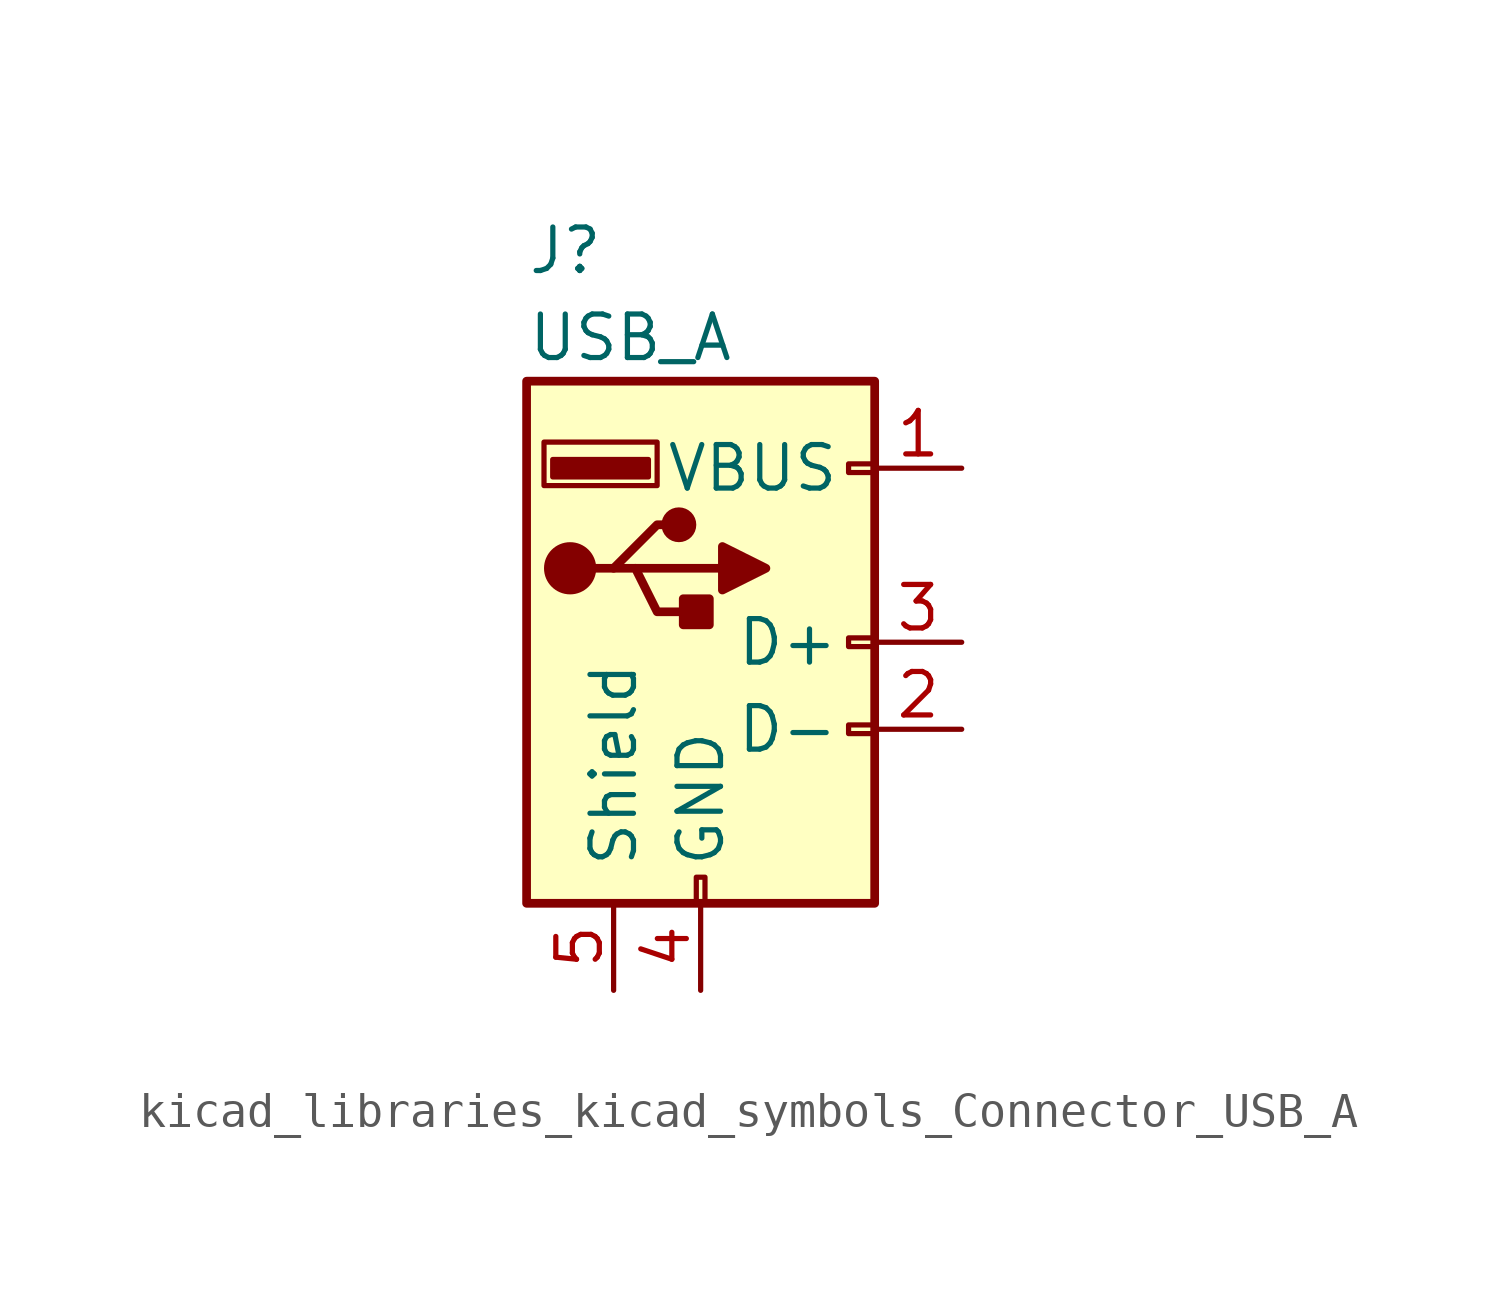
<source format=kicad_sym>
(kicad_symbol_lib
  (version 20220914)
  (generator kicad_symbol_editor)
  (symbol "kicad_libraries_kicad_symbols_Connector_USB_A"
    (pin_names
      (offset 1.016))
    (property "Reference" "J"
      (at -5.08 11.43 0)
      (effects (font (size 1.27 1.27)) (justify left)))
    (property "Value" "USB_A"
      (at -5.08 8.89 0)
      (effects (font (size 1.27 1.27)) (justify left)))
    (symbol "kicad_libraries_kicad_symbols_Connector_USB_A_0_1"
      (rectangle (start -5.08 -7.62) (end 5.08 7.62) (stroke (width 0.254) (type default)) (fill (type background)))
      (circle (center -3.81 2.159) (radius 0.635) (stroke (width 0.254) (type default)) (fill (type outline)))
      (rectangle (start -1.524 4.826) (end -4.318 5.334) (stroke (width 0) (type default)) (fill (type outline)))
      (rectangle (start -1.27 4.572) (end -4.572 5.842) (stroke (width 0) (type default)) (fill (type none)))
      (circle (center -0.635 3.429) (radius 0.381) (stroke (width 0.254) (type default)) (fill (type outline)))
      (rectangle (start -0.127 -7.62) (end 0.127 -6.858) (stroke (width 0) (type default)) (fill (type none)))
      (polyline (pts (xy -3.175 2.159) (xy -2.54 2.159) (xy -1.27 3.429) (xy -0.635 3.429)) (stroke (width 0.254) (type default)) (fill (type none)))
      (polyline (pts (xy -2.54 2.159) (xy -1.905 2.159) (xy -1.27 0.889) (xy 0 0.889)) (stroke (width 0.254) (type default)) (fill (type none)))
      (polyline (pts (xy 0.635 2.794) (xy 0.635 1.524) (xy 1.905 2.159) (xy 0.635 2.794)) (stroke (width 0.254) (type default)) (fill (type outline)))
      (rectangle (start 0.254 1.27) (end -0.508 0.508) (stroke (width 0.254) (type default)) (fill (type outline)))
      (rectangle (start 5.08 -2.667) (end 4.318 -2.413) (stroke (width 0) (type default)) (fill (type none)))
      (rectangle (start 5.08 -0.127) (end 4.318 0.127) (stroke (width 0) (type default)) (fill (type none)))
      (rectangle (start 5.08 4.953) (end 4.318 5.207) (stroke (width 0) (type default)) (fill (type none))))
    (symbol "kicad_libraries_kicad_symbols_Connector_USB_A_1_1"
      (polyline (pts (xy -1.905 2.159) (xy 0.635 2.159)) (stroke (width 0.254) (type default)) (fill (type none)))
      (pin power_in line (at 7.62 5.08 180) (length 2.54) (name "VBUS" (effects (font (size 1.27 1.27)))) (number "1" (effects (font (size 1.27 1.27)))))
      (pin bidirectional line (at 7.62 -2.54 180) (length 2.54) (name "D-" (effects (font (size 1.27 1.27)))) (number "2" (effects (font (size 1.27 1.27)))))
      (pin bidirectional line (at 7.62 0 180) (length 2.54) (name "D+" (effects (font (size 1.27 1.27)))) (number "3" (effects (font (size 1.27 1.27)))))
      (pin power_in line (at 0 -10.16 90) (length 2.54) (name "GND" (effects (font (size 1.27 1.27)))) (number "4" (effects (font (size 1.27 1.27)))))
      (pin passive line (at -2.54 -10.16 90) (length 2.54) (name "Shield" (effects (font (size 1.27 1.27)))) (number "5" (effects (font (size 1.27 1.27))))))))
</source>
